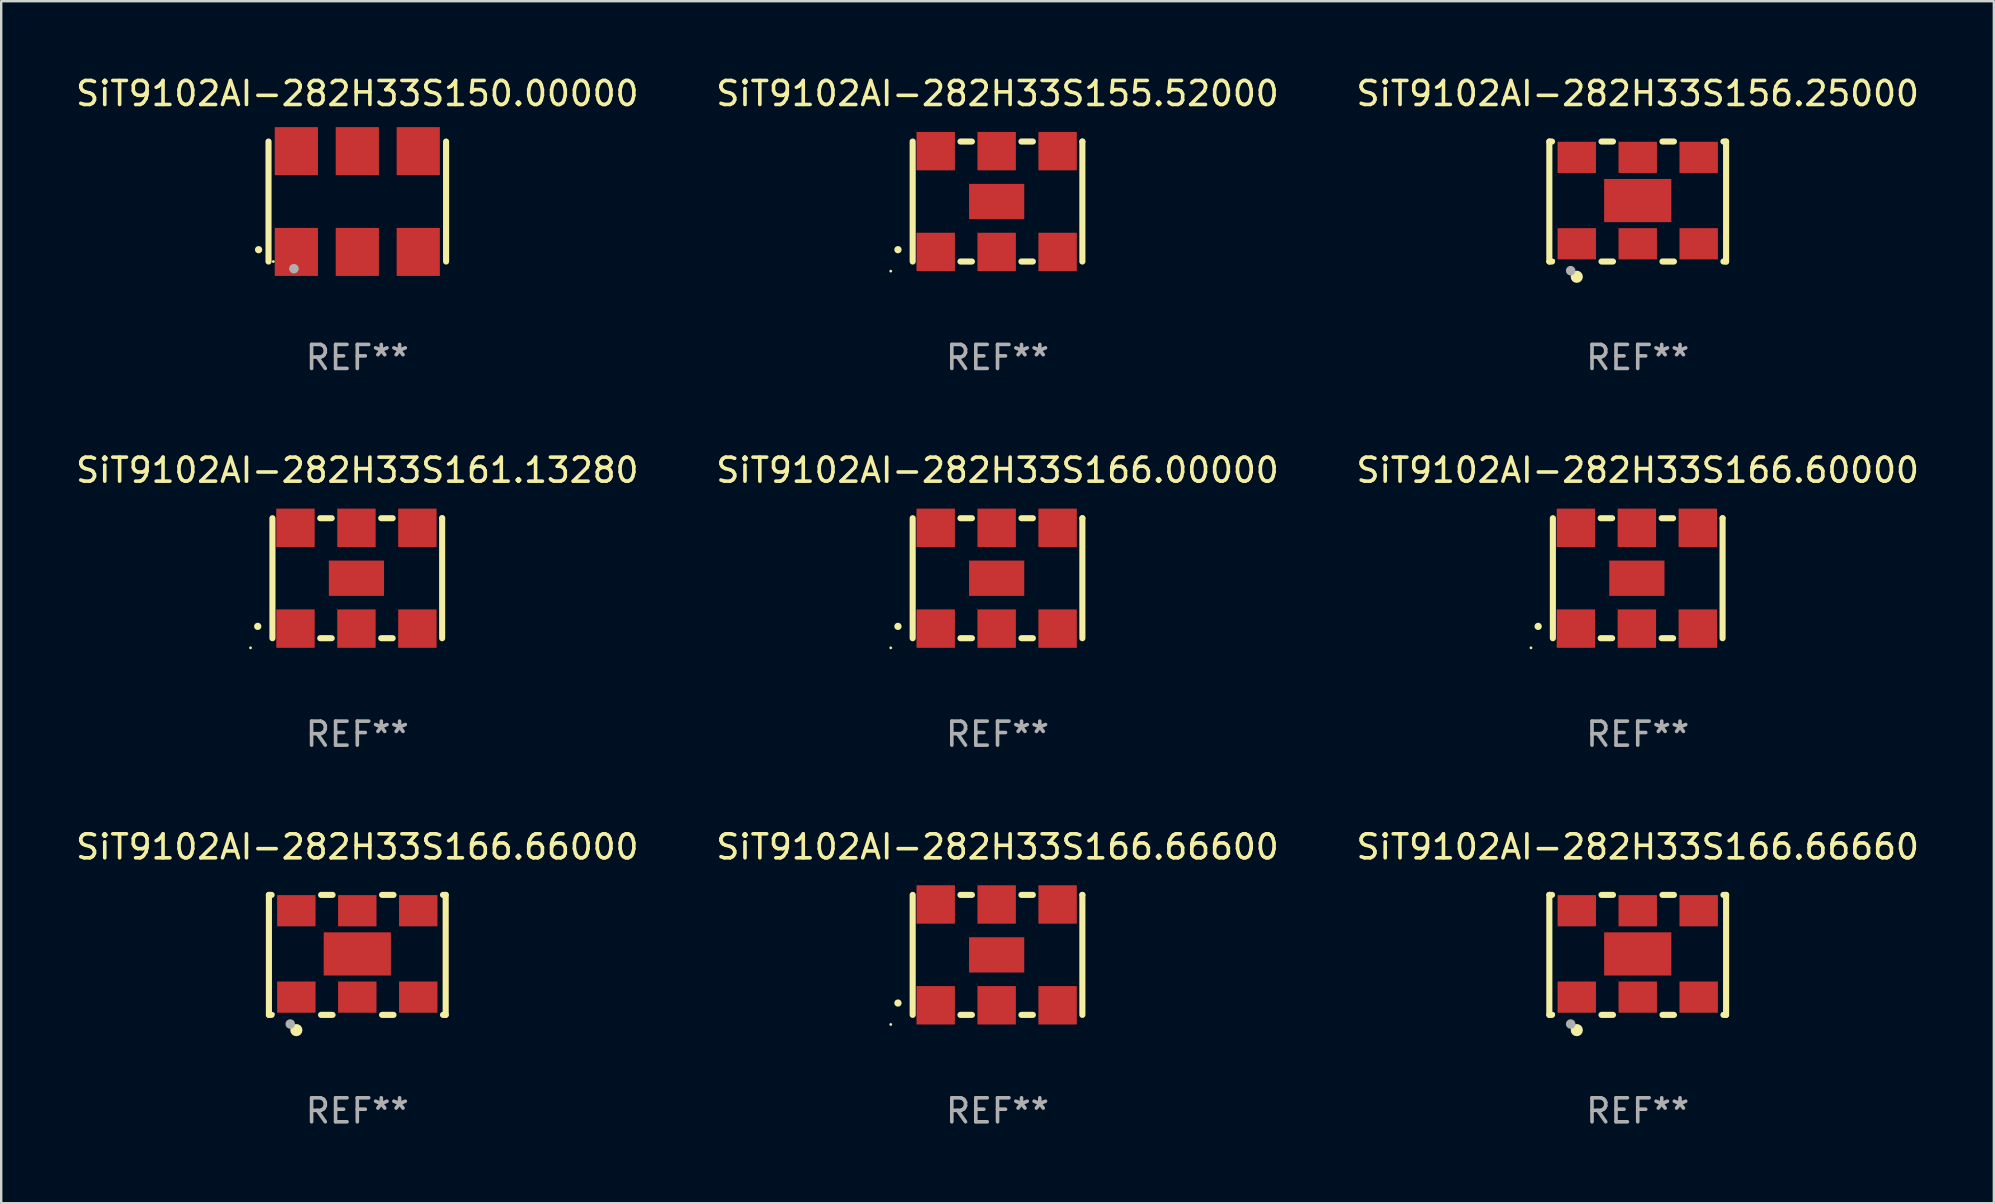
<source format=kicad_pcb>
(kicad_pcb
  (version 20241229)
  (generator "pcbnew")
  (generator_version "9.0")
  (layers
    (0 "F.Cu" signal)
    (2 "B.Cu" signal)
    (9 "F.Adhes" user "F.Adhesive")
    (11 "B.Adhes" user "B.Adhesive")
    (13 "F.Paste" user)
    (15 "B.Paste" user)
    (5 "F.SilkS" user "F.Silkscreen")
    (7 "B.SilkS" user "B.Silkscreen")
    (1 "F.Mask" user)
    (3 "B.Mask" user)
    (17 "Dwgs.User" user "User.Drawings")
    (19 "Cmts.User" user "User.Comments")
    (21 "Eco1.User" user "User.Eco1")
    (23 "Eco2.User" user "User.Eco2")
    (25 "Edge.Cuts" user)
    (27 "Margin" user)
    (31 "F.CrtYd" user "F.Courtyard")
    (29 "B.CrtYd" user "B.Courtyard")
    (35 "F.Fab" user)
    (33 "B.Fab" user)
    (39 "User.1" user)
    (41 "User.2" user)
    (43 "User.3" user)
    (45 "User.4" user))
  (footprint "SiT9102AI-282H33S150.00000"
    (layer "F.Cu")
    (at 11.839 5.348)
    (property "Reference" "SiT9102AI-282H33S150.00000" (at 0 -4.5 0) (layer "F.SilkS") (effects (font (size 1 1) (thickness 0.15))))
    (attr through_hole)
    (fp_line (start -3.7 -2.5) (end -3.7 2.5) (stroke (width 0.254) (type solid)) (layer "F.SilkS"))
    (fp_line (start 3.7 -2.5) (end 3.7 2.5) (stroke (width 0.254) (type solid)) (layer "F.SilkS"))
    (fp_arc (start -4.114415 2.006604) (mid -4.113145 2.006599) (end -4.111875 2.006604) (stroke (width 0.3) (type solid)) (layer "F.SilkS"))
    (fp_circle (center -3.5 2.501) (end -3.47 2.501) (stroke (width 0.06) (type solid)) (fill no) (layer "F.SilkS"))
    (fp_circle (center -2.641 2.799) (end -2.541 2.799) (stroke (width 0.2) (type solid)) (fill no) (layer "F.Fab"))
    (fp_text user "REF**" (at 0 6.5 0) (layer "F.Fab") (effects (font (size 1 1) (thickness 0.15))))
    (pad "1" smd rect (at -2.54 2.1) (size 1.8 2) (layers "F.Cu" "F.Mask" "F.Paste"))
    (pad "2" smd rect (at 0.000394 2.1) (size 1.8 2) (layers "F.Cu" "F.Mask" "F.Paste"))
    (pad "3" smd rect (at 2.54 2.1) (size 1.8 2) (layers "F.Cu" "F.Mask" "F.Paste"))
    (pad "4" smd rect (at 2.54 -2.1) (size 1.8 2) (layers "F.Cu" "F.Mask" "F.Paste"))
    (pad "5" smd rect (at 0.000394 -2.1) (size 1.8 2) (layers "F.Cu" "F.Mask" "F.Paste"))
    (pad "6" smd rect (at -2.54 -2.1) (size 1.8 2) (layers "F.Cu" "F.Mask" "F.Paste")))
  (footprint "SiT9102AI-282H33S161.13280"
    (layer "F.Cu")
    (at 11.839 21.045)
    (property "Reference" "SiT9102AI-282H33S161.13280" (at 0 -4.5 0) (layer "F.SilkS") (effects (font (size 1 1) (thickness 0.15))))
    (attr through_hole)
    (fp_line (start -3.536 -2.5) (end -3.536 2.5) (stroke (width 0.254) (type solid)) (layer "F.SilkS"))
    (fp_line (start -1.544 2.5) (end -1.067 2.5) (stroke (width 0.254) (type solid)) (layer "F.SilkS"))
    (fp_line (start -1.067 -2.5) (end -1.544 -2.5) (stroke (width 0.254) (type solid)) (layer "F.SilkS"))
    (fp_line (start 0.996 2.5) (end 1.473 2.5) (stroke (width 0.254) (type solid)) (layer "F.SilkS"))
    (fp_line (start 1.473 -2.5) (end 0.996 -2.5) (stroke (width 0.254) (type solid)) (layer "F.SilkS"))
    (fp_line (start 3.536 -2.5) (end 3.536 -2.5) (stroke (width 0.254) (type solid)) (layer "F.SilkS"))
    (fp_line (start 3.536 2.5) (end 3.536 -2.5) (stroke (width 0.254) (type solid)) (layer "F.SilkS"))
    (fp_arc (start -4.150432 2.006604) (mid -4.149162 2.006599) (end -4.147892 2.006604) (stroke (width 0.3) (type solid)) (layer "F.SilkS"))
    (fp_circle (center -4.449 2.9) (end -4.419 2.9) (stroke (width 0.06) (type solid)) (fill no) (layer "F.SilkS"))
    (fp_text user "REF**" (at 0 6.5 0) (layer "F.Fab") (effects (font (size 1 1) (thickness 0.15))))
    (pad "1" smd rect (at -2.576 2.1) (size 1.6 1.6) (layers "F.Cu" "F.Mask" "F.Paste"))
    (pad "2" smd rect (at -0.036 2.1) (size 1.6 1.6) (layers "F.Cu" "F.Mask" "F.Paste"))
    (pad "3" smd rect (at 2.504 2.1) (size 1.6 1.6) (layers "F.Cu" "F.Mask" "F.Paste"))
    (pad "4" smd rect (at 2.504 -2.1) (size 1.6 1.6) (layers "F.Cu" "F.Mask" "F.Paste"))
    (pad "5" smd rect (at -0.036 -2.1) (size 1.6 1.6) (layers "F.Cu" "F.Mask" "F.Paste"))
    (pad "6" smd rect (at -2.576 -2.1) (size 1.6 1.6) (layers "F.Cu" "F.Mask" "F.Paste"))
    (pad "7" smd rect (at -0.036 0) (size 2.3 1.47) (layers "F.Cu" "F.Mask" "F.Paste")))
  (footprint "SiT9102AI-282H33S166.66660"
    (layer "F.Cu")
    (at 65.196 36.741)
    (property "Reference" "SiT9102AI-282H33S166.66660" (at 0 -4.5 0) (layer "F.SilkS") (effects (font (size 1 1) (thickness 0.15))))
    (attr through_hole)
    (fp_line (start -3.683 -2.5) (end -3.571 -2.5) (stroke (width 0.254) (type solid)) (layer "F.SilkS"))
    (fp_line (start -3.683 2.5) (end -3.683 -2.5) (stroke (width 0.254) (type solid)) (layer "F.SilkS"))
    (fp_line (start -3.683 2.5) (end -3.571 2.5) (stroke (width 0.254) (type solid)) (layer "F.SilkS"))
    (fp_line (start -1.509 -2.5) (end -1.031 -2.5) (stroke (width 0.254) (type solid)) (layer "F.SilkS"))
    (fp_line (start -1.509 2.5) (end -1.031 2.5) (stroke (width 0.254) (type solid)) (layer "F.SilkS"))
    (fp_line (start 1.031 -2.5) (end 1.509 -2.5) (stroke (width 0.254) (type solid)) (layer "F.SilkS"))
    (fp_line (start 1.031 2.5) (end 1.509 2.5) (stroke (width 0.254) (type solid)) (layer "F.SilkS"))
    (fp_line (start 3.571 -2.5) (end 3.683 -2.5) (stroke (width 0.254) (type solid)) (layer "F.SilkS"))
    (fp_line (start 3.571 2.5) (end 3.683 2.5) (stroke (width 0.254) (type solid)) (layer "F.SilkS"))
    (fp_line (start 3.683 2.5) (end 3.683 -2.5) (stroke (width 0.254) (type solid)) (layer "F.SilkS"))
    (fp_circle (center -3.5 2.46) (end -3.47 2.46) (stroke (width 0.06) (type solid)) (fill no) (layer "F.SilkS"))
    (fp_circle (center -2.54 3.135) (end -2.413 3.135) (stroke (width 0.254) (type solid)) (fill no) (layer "F.SilkS"))
    (fp_circle (center -2.794 2.881) (end -2.694 2.881) (stroke (width 0.2) (type solid)) (fill no) (layer "F.Fab"))
    (fp_text user "REF**" (at 0 6.5 0) (layer "F.Fab") (effects (font (size 1 1) (thickness 0.15))))
    (pad "1" smd rect (at -2.54 1.76) (size 1.6 1.3) (layers "F.Cu" "F.Mask" "F.Paste"))
    (pad "2" smd rect (at 0 1.76) (size 1.6 1.3) (layers "F.Cu" "F.Mask" "F.Paste"))
    (pad "3" smd rect (at 2.54 1.76) (size 1.6 1.3) (layers "F.Cu" "F.Mask" "F.Paste"))
    (pad "4" smd rect (at 2.54 -1.84) (size 1.6 1.3) (layers "F.Cu" "F.Mask" "F.Paste"))
    (pad "5" smd rect (at 0 -1.84) (size 1.6 1.3) (layers "F.Cu" "F.Mask" "F.Paste"))
    (pad "6" smd rect (at -2.54 -1.84) (size 1.6 1.3) (layers "F.Cu" "F.Mask" "F.Paste"))
    (pad "7" smd rect (at 0 -0.04) (size 2.8 1.8) (layers "F.Cu" "F.Mask" "F.Paste")))
  (footprint "SiT9102AI-282H33S166.00000"
    (layer "F.Cu")
    (at 38.518 21.045)
    (property "Reference" "SiT9102AI-282H33S166.00000" (at 0 -4.5 0) (layer "F.SilkS") (effects (font (size 1 1) (thickness 0.15))))
    (attr through_hole)
    (fp_line (start -3.536 -2.5) (end -3.536 2.5) (stroke (width 0.254) (type solid)) (layer "F.SilkS"))
    (fp_line (start -1.544 2.5) (end -1.067 2.5) (stroke (width 0.254) (type solid)) (layer "F.SilkS"))
    (fp_line (start -1.067 -2.5) (end -1.544 -2.5) (stroke (width 0.254) (type solid)) (layer "F.SilkS"))
    (fp_line (start 0.996 2.5) (end 1.473 2.5) (stroke (width 0.254) (type solid)) (layer "F.SilkS"))
    (fp_line (start 1.473 -2.5) (end 0.996 -2.5) (stroke (width 0.254) (type solid)) (layer "F.SilkS"))
    (fp_line (start 3.536 -2.5) (end 3.536 -2.5) (stroke (width 0.254) (type solid)) (layer "F.SilkS"))
    (fp_line (start 3.536 2.5) (end 3.536 -2.5) (stroke (width 0.254) (type solid)) (layer "F.SilkS"))
    (fp_arc (start -4.150432 2.006604) (mid -4.149162 2.006599) (end -4.147892 2.006604) (stroke (width 0.3) (type solid)) (layer "F.SilkS"))
    (fp_circle (center -4.449 2.9) (end -4.419 2.9) (stroke (width 0.06) (type solid)) (fill no) (layer "F.SilkS"))
    (fp_text user "REF**" (at 0 6.5 0) (layer "F.Fab") (effects (font (size 1 1) (thickness 0.15))))
    (pad "1" smd rect (at -2.576 2.1) (size 1.6 1.6) (layers "F.Cu" "F.Mask" "F.Paste"))
    (pad "2" smd rect (at -0.036 2.1) (size 1.6 1.6) (layers "F.Cu" "F.Mask" "F.Paste"))
    (pad "3" smd rect (at 2.504 2.1) (size 1.6 1.6) (layers "F.Cu" "F.Mask" "F.Paste"))
    (pad "4" smd rect (at 2.504 -2.1) (size 1.6 1.6) (layers "F.Cu" "F.Mask" "F.Paste"))
    (pad "5" smd rect (at -0.036 -2.1) (size 1.6 1.6) (layers "F.Cu" "F.Mask" "F.Paste"))
    (pad "6" smd rect (at -2.576 -2.1) (size 1.6 1.6) (layers "F.Cu" "F.Mask" "F.Paste"))
    (pad "7" smd rect (at -0.036 0) (size 2.3 1.47) (layers "F.Cu" "F.Mask" "F.Paste")))
  (footprint "SiT9102AI-282H33S166.66000"
    (layer "F.Cu")
    (at 11.839 36.741)
    (property "Reference" "SiT9102AI-282H33S166.66000" (at 0 -4.5 0) (layer "F.SilkS") (effects (font (size 1 1) (thickness 0.15))))
    (attr through_hole)
    (fp_line (start -3.683 -2.5) (end -3.571 -2.5) (stroke (width 0.254) (type solid)) (layer "F.SilkS"))
    (fp_line (start -3.683 2.5) (end -3.683 -2.5) (stroke (width 0.254) (type solid)) (layer "F.SilkS"))
    (fp_line (start -3.683 2.5) (end -3.571 2.5) (stroke (width 0.254) (type solid)) (layer "F.SilkS"))
    (fp_line (start -1.509 -2.5) (end -1.031 -2.5) (stroke (width 0.254) (type solid)) (layer "F.SilkS"))
    (fp_line (start -1.509 2.5) (end -1.031 2.5) (stroke (width 0.254) (type solid)) (layer "F.SilkS"))
    (fp_line (start 1.031 -2.5) (end 1.509 -2.5) (stroke (width 0.254) (type solid)) (layer "F.SilkS"))
    (fp_line (start 1.031 2.5) (end 1.509 2.5) (stroke (width 0.254) (type solid)) (layer "F.SilkS"))
    (fp_line (start 3.571 -2.5) (end 3.683 -2.5) (stroke (width 0.254) (type solid)) (layer "F.SilkS"))
    (fp_line (start 3.571 2.5) (end 3.683 2.5) (stroke (width 0.254) (type solid)) (layer "F.SilkS"))
    (fp_line (start 3.683 2.5) (end 3.683 -2.5) (stroke (width 0.254) (type solid)) (layer "F.SilkS"))
    (fp_circle (center -3.5 2.46) (end -3.47 2.46) (stroke (width 0.06) (type solid)) (fill no) (layer "F.SilkS"))
    (fp_circle (center -2.54 3.135) (end -2.413 3.135) (stroke (width 0.254) (type solid)) (fill no) (layer "F.SilkS"))
    (fp_circle (center -2.794 2.881) (end -2.694 2.881) (stroke (width 0.2) (type solid)) (fill no) (layer "F.Fab"))
    (fp_text user "REF**" (at 0 6.5 0) (layer "F.Fab") (effects (font (size 1 1) (thickness 0.15))))
    (pad "1" smd rect (at -2.54 1.76) (size 1.6 1.3) (layers "F.Cu" "F.Mask" "F.Paste"))
    (pad "2" smd rect (at 0 1.76) (size 1.6 1.3) (layers "F.Cu" "F.Mask" "F.Paste"))
    (pad "3" smd rect (at 2.54 1.76) (size 1.6 1.3) (layers "F.Cu" "F.Mask" "F.Paste"))
    (pad "4" smd rect (at 2.54 -1.84) (size 1.6 1.3) (layers "F.Cu" "F.Mask" "F.Paste"))
    (pad "5" smd rect (at 0 -1.84) (size 1.6 1.3) (layers "F.Cu" "F.Mask" "F.Paste"))
    (pad "6" smd rect (at -2.54 -1.84) (size 1.6 1.3) (layers "F.Cu" "F.Mask" "F.Paste"))
    (pad "7" smd rect (at 0 -0.04) (size 2.8 1.8) (layers "F.Cu" "F.Mask" "F.Paste")))
  (footprint "SiT9102AI-282H33S156.25000"
    (layer "F.Cu")
    (at 65.196 5.348)
    (property "Reference" "SiT9102AI-282H33S156.25000" (at 0 -4.5 0) (layer "F.SilkS") (effects (font (size 1 1) (thickness 0.15))))
    (attr through_hole)
    (fp_line (start -3.683 -2.5) (end -3.571 -2.5) (stroke (width 0.254) (type solid)) (layer "F.SilkS"))
    (fp_line (start -3.683 2.5) (end -3.683 -2.5) (stroke (width 0.254) (type solid)) (layer "F.SilkS"))
    (fp_line (start -3.683 2.5) (end -3.571 2.5) (stroke (width 0.254) (type solid)) (layer "F.SilkS"))
    (fp_line (start -1.509 -2.5) (end -1.031 -2.5) (stroke (width 0.254) (type solid)) (layer "F.SilkS"))
    (fp_line (start -1.509 2.5) (end -1.031 2.5) (stroke (width 0.254) (type solid)) (layer "F.SilkS"))
    (fp_line (start 1.031 -2.5) (end 1.509 -2.5) (stroke (width 0.254) (type solid)) (layer "F.SilkS"))
    (fp_line (start 1.031 2.5) (end 1.509 2.5) (stroke (width 0.254) (type solid)) (layer "F.SilkS"))
    (fp_line (start 3.571 -2.5) (end 3.683 -2.5) (stroke (width 0.254) (type solid)) (layer "F.SilkS"))
    (fp_line (start 3.571 2.5) (end 3.683 2.5) (stroke (width 0.254) (type solid)) (layer "F.SilkS"))
    (fp_line (start 3.683 2.5) (end 3.683 -2.5) (stroke (width 0.254) (type solid)) (layer "F.SilkS"))
    (fp_circle (center -3.5 2.46) (end -3.47 2.46) (stroke (width 0.06) (type solid)) (fill no) (layer "F.SilkS"))
    (fp_circle (center -2.54 3.135) (end -2.413 3.135) (stroke (width 0.254) (type solid)) (fill no) (layer "F.SilkS"))
    (fp_circle (center -2.794 2.881) (end -2.694 2.881) (stroke (width 0.2) (type solid)) (fill no) (layer "F.Fab"))
    (fp_text user "REF**" (at 0 6.5 0) (layer "F.Fab") (effects (font (size 1 1) (thickness 0.15))))
    (pad "1" smd rect (at -2.54 1.76) (size 1.6 1.3) (layers "F.Cu" "F.Mask" "F.Paste"))
    (pad "2" smd rect (at 0 1.76) (size 1.6 1.3) (layers "F.Cu" "F.Mask" "F.Paste"))
    (pad "3" smd rect (at 2.54 1.76) (size 1.6 1.3) (layers "F.Cu" "F.Mask" "F.Paste"))
    (pad "4" smd rect (at 2.54 -1.84) (size 1.6 1.3) (layers "F.Cu" "F.Mask" "F.Paste"))
    (pad "5" smd rect (at 0 -1.84) (size 1.6 1.3) (layers "F.Cu" "F.Mask" "F.Paste"))
    (pad "6" smd rect (at -2.54 -1.84) (size 1.6 1.3) (layers "F.Cu" "F.Mask" "F.Paste"))
    (pad "7" smd rect (at 0 -0.04) (size 2.8 1.8) (layers "F.Cu" "F.Mask" "F.Paste")))
  (footprint "SiT9102AI-282H33S166.60000"
    (layer "F.Cu")
    (at 65.196 21.045)
    (property "Reference" "SiT9102AI-282H33S166.60000" (at 0 -4.5 0) (layer "F.SilkS") (effects (font (size 1 1) (thickness 0.15))))
    (attr through_hole)
    (fp_line (start -3.536 -2.5) (end -3.536 2.5) (stroke (width 0.254) (type solid)) (layer "F.SilkS"))
    (fp_line (start -1.544 2.5) (end -1.067 2.5) (stroke (width 0.254) (type solid)) (layer "F.SilkS"))
    (fp_line (start -1.067 -2.5) (end -1.544 -2.5) (stroke (width 0.254) (type solid)) (layer "F.SilkS"))
    (fp_line (start 0.996 2.5) (end 1.473 2.5) (stroke (width 0.254) (type solid)) (layer "F.SilkS"))
    (fp_line (start 1.473 -2.5) (end 0.996 -2.5) (stroke (width 0.254) (type solid)) (layer "F.SilkS"))
    (fp_line (start 3.536 -2.5) (end 3.536 -2.5) (stroke (width 0.254) (type solid)) (layer "F.SilkS"))
    (fp_line (start 3.536 2.5) (end 3.536 -2.5) (stroke (width 0.254) (type solid)) (layer "F.SilkS"))
    (fp_arc (start -4.150432 2.006604) (mid -4.149162 2.006599) (end -4.147892 2.006604) (stroke (width 0.3) (type solid)) (layer "F.SilkS"))
    (fp_circle (center -4.449 2.9) (end -4.419 2.9) (stroke (width 0.06) (type solid)) (fill no) (layer "F.SilkS"))
    (fp_text user "REF**" (at 0 6.5 0) (layer "F.Fab") (effects (font (size 1 1) (thickness 0.15))))
    (pad "1" smd rect (at -2.576 2.1) (size 1.6 1.6) (layers "F.Cu" "F.Mask" "F.Paste"))
    (pad "2" smd rect (at -0.036 2.1) (size 1.6 1.6) (layers "F.Cu" "F.Mask" "F.Paste"))
    (pad "3" smd rect (at 2.504 2.1) (size 1.6 1.6) (layers "F.Cu" "F.Mask" "F.Paste"))
    (pad "4" smd rect (at 2.504 -2.1) (size 1.6 1.6) (layers "F.Cu" "F.Mask" "F.Paste"))
    (pad "5" smd rect (at -0.036 -2.1) (size 1.6 1.6) (layers "F.Cu" "F.Mask" "F.Paste"))
    (pad "6" smd rect (at -2.576 -2.1) (size 1.6 1.6) (layers "F.Cu" "F.Mask" "F.Paste"))
    (pad "7" smd rect (at -0.036 0) (size 2.3 1.47) (layers "F.Cu" "F.Mask" "F.Paste")))
  (footprint "SiT9102AI-282H33S166.66600"
    (layer "F.Cu")
    (at 38.518 36.741)
    (property "Reference" "SiT9102AI-282H33S166.66600" (at 0 -4.5 0) (layer "F.SilkS") (effects (font (size 1 1) (thickness 0.15))))
    (attr through_hole)
    (fp_line (start -3.536 -2.5) (end -3.536 2.5) (stroke (width 0.254) (type solid)) (layer "F.SilkS"))
    (fp_line (start -1.544 2.5) (end -1.067 2.5) (stroke (width 0.254) (type solid)) (layer "F.SilkS"))
    (fp_line (start -1.067 -2.5) (end -1.544 -2.5) (stroke (width 0.254) (type solid)) (layer "F.SilkS"))
    (fp_line (start 0.996 2.5) (end 1.473 2.5) (stroke (width 0.254) (type solid)) (layer "F.SilkS"))
    (fp_line (start 1.473 -2.5) (end 0.996 -2.5) (stroke (width 0.254) (type solid)) (layer "F.SilkS"))
    (fp_line (start 3.536 -2.5) (end 3.536 -2.5) (stroke (width 0.254) (type solid)) (layer "F.SilkS"))
    (fp_line (start 3.536 2.5) (end 3.536 -2.5) (stroke (width 0.254) (type solid)) (layer "F.SilkS"))
    (fp_arc (start -4.150432 2.006604) (mid -4.149162 2.006599) (end -4.147892 2.006604) (stroke (width 0.3) (type solid)) (layer "F.SilkS"))
    (fp_circle (center -4.449 2.9) (end -4.419 2.9) (stroke (width 0.06) (type solid)) (fill no) (layer "F.SilkS"))
    (fp_text user "REF**" (at 0 6.5 0) (layer "F.Fab") (effects (font (size 1 1) (thickness 0.15))))
    (pad "1" smd rect (at -2.576 2.1) (size 1.6 1.6) (layers "F.Cu" "F.Mask" "F.Paste"))
    (pad "2" smd rect (at -0.036 2.1) (size 1.6 1.6) (layers "F.Cu" "F.Mask" "F.Paste"))
    (pad "3" smd rect (at 2.504 2.1) (size 1.6 1.6) (layers "F.Cu" "F.Mask" "F.Paste"))
    (pad "4" smd rect (at 2.504 -2.1) (size 1.6 1.6) (layers "F.Cu" "F.Mask" "F.Paste"))
    (pad "5" smd rect (at -0.036 -2.1) (size 1.6 1.6) (layers "F.Cu" "F.Mask" "F.Paste"))
    (pad "6" smd rect (at -2.576 -2.1) (size 1.6 1.6) (layers "F.Cu" "F.Mask" "F.Paste"))
    (pad "7" smd rect (at -0.036 0) (size 2.3 1.47) (layers "F.Cu" "F.Mask" "F.Paste")))
  (footprint "SiT9102AI-282H33S155.52000"
    (layer "F.Cu")
    (at 38.518 5.348)
    (property "Reference" "SiT9102AI-282H33S155.52000" (at 0 -4.5 0) (layer "F.SilkS") (effects (font (size 1 1) (thickness 0.15))))
    (attr through_hole)
    (fp_line (start -3.536 -2.5) (end -3.536 2.5) (stroke (width 0.254) (type solid)) (layer "F.SilkS"))
    (fp_line (start -1.544 2.5) (end -1.067 2.5) (stroke (width 0.254) (type solid)) (layer "F.SilkS"))
    (fp_line (start -1.067 -2.5) (end -1.544 -2.5) (stroke (width 0.254) (type solid)) (layer "F.SilkS"))
    (fp_line (start 0.996 2.5) (end 1.473 2.5) (stroke (width 0.254) (type solid)) (layer "F.SilkS"))
    (fp_line (start 1.473 -2.5) (end 0.996 -2.5) (stroke (width 0.254) (type solid)) (layer "F.SilkS"))
    (fp_line (start 3.536 -2.5) (end 3.536 -2.5) (stroke (width 0.254) (type solid)) (layer "F.SilkS"))
    (fp_line (start 3.536 2.5) (end 3.536 -2.5) (stroke (width 0.254) (type solid)) (layer "F.SilkS"))
    (fp_arc (start -4.150432 2.006604) (mid -4.149162 2.006599) (end -4.147892 2.006604) (stroke (width 0.3) (type solid)) (layer "F.SilkS"))
    (fp_circle (center -4.449 2.9) (end -4.419 2.9) (stroke (width 0.06) (type solid)) (fill no) (layer "F.SilkS"))
    (fp_text user "REF**" (at 0 6.5 0) (layer "F.Fab") (effects (font (size 1 1) (thickness 0.15))))
    (pad "1" smd rect (at -2.576 2.1) (size 1.6 1.6) (layers "F.Cu" "F.Mask" "F.Paste"))
    (pad "2" smd rect (at -0.036 2.1) (size 1.6 1.6) (layers "F.Cu" "F.Mask" "F.Paste"))
    (pad "3" smd rect (at 2.504 2.1) (size 1.6 1.6) (layers "F.Cu" "F.Mask" "F.Paste"))
    (pad "4" smd rect (at 2.504 -2.1) (size 1.6 1.6) (layers "F.Cu" "F.Mask" "F.Paste"))
    (pad "5" smd rect (at -0.036 -2.1) (size 1.6 1.6) (layers "F.Cu" "F.Mask" "F.Paste"))
    (pad "6" smd rect (at -2.576 -2.1) (size 1.6 1.6) (layers "F.Cu" "F.Mask" "F.Paste"))
    (pad "7" smd rect (at -0.036 0) (size 2.3 1.47) (layers "F.Cu" "F.Mask" "F.Paste")))
  (gr_rect
    (start -3 -3)
    (end 80.036 47.09)
    (stroke (width 0.1) (type default))
    (fill no)
    (layer "Edge.Cuts")))
</source>
